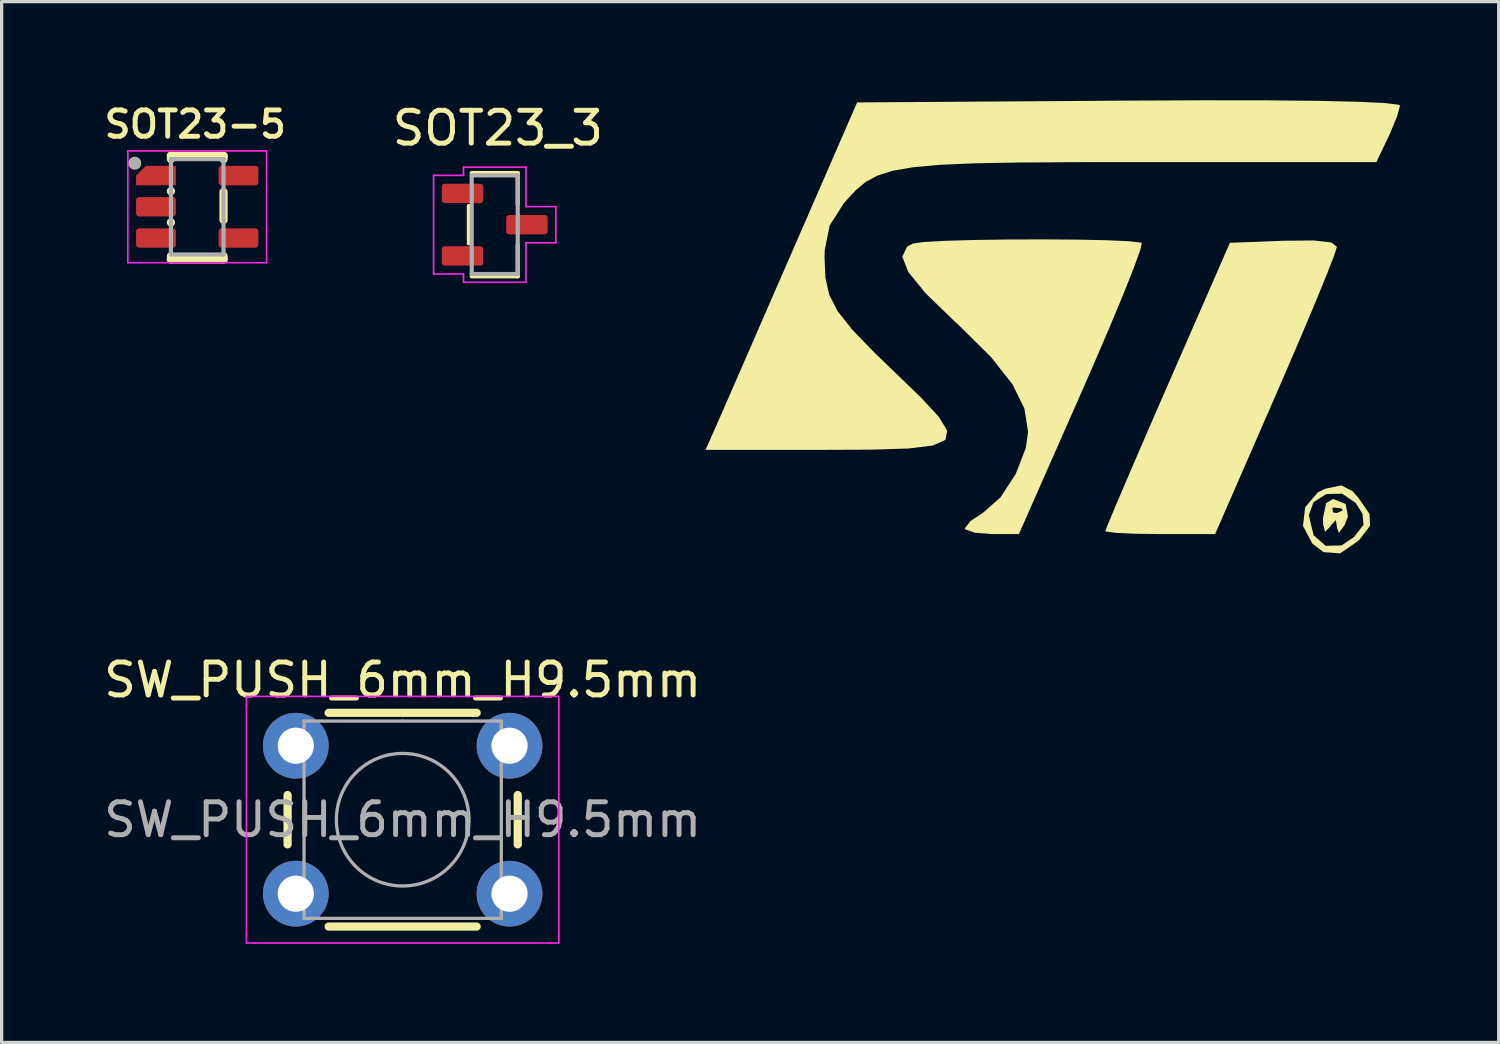
<source format=kicad_pcb>
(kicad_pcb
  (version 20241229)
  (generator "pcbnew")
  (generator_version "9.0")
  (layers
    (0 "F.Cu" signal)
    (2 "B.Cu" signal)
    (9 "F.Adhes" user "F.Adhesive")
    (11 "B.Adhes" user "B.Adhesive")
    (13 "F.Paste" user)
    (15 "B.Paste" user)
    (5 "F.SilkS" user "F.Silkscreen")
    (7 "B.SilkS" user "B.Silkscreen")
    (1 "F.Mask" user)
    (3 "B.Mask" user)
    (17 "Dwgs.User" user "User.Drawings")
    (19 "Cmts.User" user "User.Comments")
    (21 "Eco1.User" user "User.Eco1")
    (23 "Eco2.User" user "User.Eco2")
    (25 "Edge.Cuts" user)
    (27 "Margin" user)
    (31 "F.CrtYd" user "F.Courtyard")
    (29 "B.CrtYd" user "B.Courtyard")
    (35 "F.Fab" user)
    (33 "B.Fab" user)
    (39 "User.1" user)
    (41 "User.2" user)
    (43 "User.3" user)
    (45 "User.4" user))
  (footprint "SOT23-5"
    (layer "F.Cu")
    (at 2.948 3.239)
    (property "Reference" "SOT23-5" (at -0.06 -2.508 0) (layer "F.SilkS") (effects (font (size 0.8 0.8) (thickness 0.15))))
    (attr through_hole)
    (fp_line (start -0.8 -1.55) (end -0.8 -1.45) (stroke (width 0.25) (type solid)) (layer "F.SilkS"))
    (fp_line (start -0.8 -1.55) (end 0.8 -1.55) (stroke (width 0.25) (type solid)) (layer "F.SilkS"))
    (fp_line (start -0.8 -0.475) (end -0.8 -0.475) (stroke (width 0.25) (type solid)) (layer "F.SilkS"))
    (fp_line (start -0.8 0.475) (end -0.8 0.475) (stroke (width 0.25) (type solid)) (layer "F.SilkS"))
    (fp_line (start -0.8 1.6) (end -0.8 1.5) (stroke (width 0.25) (type solid)) (layer "F.SilkS"))
    (fp_line (start 0.8 -1.55) (end 0.8 -1.45) (stroke (width 0.25) (type solid)) (layer "F.SilkS"))
    (fp_line (start 0.8 -0.45) (end 0.8 0.4) (stroke (width 0.25) (type solid)) (layer "F.SilkS"))
    (fp_line (start 0.8 1.6) (end -0.8 1.6) (stroke (width 0.25) (type solid)) (layer "F.SilkS"))
    (fp_line (start 0.8 1.6) (end 0.8 1.5) (stroke (width 0.25) (type solid)) (layer "F.SilkS"))
    (fp_line (start -2.11 -1.7) (end 2.11 -1.7) (stroke (width 0.05) (type solid)) (layer "F.CrtYd"))
    (fp_line (start -2.11 1.7) (end -2.11 -1.7) (stroke (width 0.05) (type solid)) (layer "F.CrtYd"))
    (fp_line (start 2.11 -1.7) (end 2.11 1.7) (stroke (width 0.05) (type solid)) (layer "F.CrtYd"))
    (fp_line (start 2.11 1.7) (end -2.11 1.7) (stroke (width 0.05) (type solid)) (layer "F.CrtYd"))
    (fp_line (start -0.8 -1.45) (end 0.8 -1.45) (stroke (width 0.127) (type solid)) (layer "F.Fab"))
    (fp_line (start -0.8 1.45) (end -0.8 -1.45) (stroke (width 0.127) (type solid)) (layer "F.Fab"))
    (fp_line (start 0.8 -1.45) (end 0.8 1.45) (stroke (width 0.127) (type solid)) (layer "F.Fab"))
    (fp_line (start 0.8 1.45) (end -0.8 1.45) (stroke (width 0.127) (type solid)) (layer "F.Fab"))
    (fp_circle (center -1.9 -1.325) (end -1.8 -1.325) (stroke (width 0.2) (type solid)) (fill no) (layer "F.Fab"))
    (pad "1" smd roundrect (at -1.255 -0.95) (size 1.21 0.59) (layers "F.Cu" "F.Mask" "F.Paste") (roundrect_rratio 0) (chamfer_ratio 0.5) (chamfer top_left))
    (pad "2" smd roundrect (at -1.255 0) (size 1.21 0.59) (layers "F.Cu" "F.Mask" "F.Paste") (roundrect_rratio 0.15))
    (pad "3" smd roundrect (at -1.255 0.95) (size 1.21 0.59) (layers "F.Cu" "F.Mask" "F.Paste") (roundrect_rratio 0.15))
    (pad "4" smd roundrect (at 1.255 0.95) (size 1.21 0.59) (layers "F.Cu" "F.Mask" "F.Paste") (roundrect_rratio 0.15))
    (pad "5" smd roundrect (at 1.255 -0.95) (size 1.21 0.59) (layers "F.Cu" "F.Mask" "F.Paste") (roundrect_rratio 0.15)))
  (footprint "SOT23_3"
    (layer "F.Cu")
    (at 11.996 3.783)
    (property "Reference" "SOT23_3" (at 0.095 -2.935 0) (layer "F.SilkS") (effects (font (size 1 1) (thickness 0.15))))
    (attr through_hole)
    (fp_line (start -0.79 -0.57) (end -0.79 0.57) (stroke (width 0.12) (type solid)) (layer "F.SilkS"))
    (fp_line (start 0.7 -1.57) (end -0.7 -1.57) (stroke (width 0.127) (type solid)) (layer "F.SilkS"))
    (fp_line (start 0.7 -0.62) (end 0.7 -1.57) (stroke (width 0.127) (type solid)) (layer "F.SilkS"))
    (fp_line (start 0.7 0.62) (end 0.7 1.57) (stroke (width 0.127) (type solid)) (layer "F.SilkS"))
    (fp_line (start 0.7 1.57) (end -0.7 1.57) (stroke (width 0.127) (type solid)) (layer "F.SilkS"))
    (fp_line (start -1.86 -1.5) (end -1.86 1.5) (stroke (width 0.05) (type solid)) (layer "F.CrtYd"))
    (fp_line (start -0.95 -1.75) (end -0.95 -1.5) (stroke (width 0.05) (type solid)) (layer "F.CrtYd"))
    (fp_line (start -0.95 -1.5) (end -1.86 -1.5) (stroke (width 0.05) (type solid)) (layer "F.CrtYd"))
    (fp_line (start -0.95 1.5) (end -1.86 1.5) (stroke (width 0.05) (type solid)) (layer "F.CrtYd"))
    (fp_line (start -0.95 1.75) (end -0.95 1.5) (stroke (width 0.05) (type solid)) (layer "F.CrtYd"))
    (fp_line (start 0.95 -1.75) (end -0.95 -1.75) (stroke (width 0.05) (type solid)) (layer "F.CrtYd"))
    (fp_line (start 0.95 -0.55) (end 0.95 -1.75) (stroke (width 0.05) (type solid)) (layer "F.CrtYd"))
    (fp_line (start 0.95 0.55) (end 0.95 1.75) (stroke (width 0.05) (type solid)) (layer "F.CrtYd"))
    (fp_line (start 0.95 1.75) (end -0.95 1.75) (stroke (width 0.05) (type solid)) (layer "F.CrtYd"))
    (fp_line (start 1.86 -0.55) (end 0.95 -0.55) (stroke (width 0.05) (type solid)) (layer "F.CrtYd"))
    (fp_line (start 1.86 0.55) (end 0.95 0.55) (stroke (width 0.05) (type solid)) (layer "F.CrtYd"))
    (fp_line (start 1.86 0.55) (end 1.86 -0.55) (stroke (width 0.05) (type solid)) (layer "F.CrtYd"))
    (fp_line (start -0.7 -1.5) (end -0.7 1.5) (stroke (width 0.127) (type solid)) (layer "F.Fab"))
    (fp_line (start -0.7 1.5) (end 0.7 1.5) (stroke (width 0.127) (type solid)) (layer "F.Fab"))
    (fp_line (start 0.7 -1.5) (end -0.7 -1.5) (stroke (width 0.127) (type solid)) (layer "F.Fab"))
    (fp_line (start 0.7 1.5) (end 0.7 -1.5) (stroke (width 0.127) (type solid)) (layer "F.Fab"))
    (pad "1" smd roundrect (at -0.98 -0.95) (size 1.26 0.59) (layers "F.Cu" "F.Mask" "F.Paste") (roundrect_rratio 0.15))
    (pad "2" smd roundrect (at -0.98 0.95) (size 1.26 0.59) (layers "F.Cu" "F.Mask" "F.Paste") (roundrect_rratio 0.15))
    (pad "3" smd roundrect (at 0.98 0) (size 1.26 0.59) (layers "F.Cu" "F.Mask" "F.Paste") (roundrect_rratio 0.15)))
  (footprint "ST"
    (layer "F.Cu")
    (at 29.07 6.789)
    (property "Reference" "ST" (at 0 0 0) (layer "F.SilkS") (effects (font (size 1.524 1.524) (thickness 0.3))))
    (attr board_only exclude_from_pos_files exclude_from_bom)
    (fp_poly (pts (xy 8.371 -2.464) (xy 8.538 -2.332) (xy 8.456 -2.072) (xy 8.226 -1.481) (xy 7.874 -0.62) (xy 7.423 0.449) (xy 6.9 1.667) (xy 6.686 2.159) (xy 4.835 6.403) (xy 3.165 6.403) (xy 2.381 6.393) (xy 1.795 6.365) (xy 1.507 6.324) (xy 1.494 6.313) (xy 1.576 6.1) (xy 1.805 5.553) (xy 2.156 4.729) (xy 2.606 3.685) (xy 3.129 2.479) (xy 3.389 1.884) (xy 5.284 -2.455) (xy 6.911 -2.517) (xy 7.838 -2.526)) (stroke (width 0) (type solid)) (fill yes) (layer "F.SilkS"))
    (fp_poly (pts (xy 8.802 5.487) (xy 8.876 5.868) (xy 8.769 6.135) (xy 8.598 6.366) (xy 8.542 6.219) (xy 8.541 6.19) (xy 8.504 5.977) (xy 8.359 6.137) (xy 8.324 6.19) (xy 8.176 6.334) (xy 8.119 6.11) (xy 8.114 5.923) (xy 8.177 5.621) (xy 8.396 5.621) (xy 8.425 5.748) (xy 8.538 5.763) (xy 8.714 5.685) (xy 8.68 5.621) (xy 8.427 5.595) (xy 8.396 5.621) (xy 8.177 5.621) (xy 8.211 5.46) (xy 8.418 5.336)) (stroke (width 0) (type solid)) (fill yes) (layer "F.SilkS"))
    (fp_poly (pts (xy 9.014 5.1) (xy 9.2 5.311) (xy 9.531 5.793) (xy 9.546 6.151) (xy 9.244 6.55) (xy 9.178 6.617) (xy 8.635 6.991) (xy 8.133 6.952) (xy 7.794 6.697) (xy 7.507 6.157) (xy 7.545 5.831) (xy 7.684 5.831) (xy 7.83 6.439) (xy 8.197 6.761) (xy 8.684 6.747) (xy 9.056 6.495) (xy 9.346 6.124) (xy 9.317 5.784) (xy 9.105 5.452) (xy 8.698 5.176) (xy 8.219 5.184) (xy 7.827 5.433) (xy 7.684 5.831) (xy 7.545 5.831) (xy 7.573 5.587) (xy 7.955 5.137) (xy 8.187 5.024) (xy 8.671 4.922)) (stroke (width 0) (type solid)) (fill yes) (layer "F.SilkS"))
    (fp_poly (pts (xy 0.592 -2.552) (xy 1.494 -2.534) (xy 2.18 -2.505) (xy 2.56 -2.464) (xy 2.605 -2.446) (xy 2.556 -2.227) (xy 2.355 -1.674) (xy 2.025 -0.847) (xy 1.589 0.199) (xy 1.07 1.406) (xy 0.794 2.036) (xy -1.133 6.403) (xy -1.954 6.403) (xy -2.476 6.363) (xy -2.759 6.261) (xy -2.775 6.226) (xy -2.607 6.009) (xy -2.222 5.753) (xy -1.694 5.288) (xy -1.228 4.573) (xy -0.922 3.782) (xy -0.854 3.296) (xy -0.966 2.585) (xy -1.33 1.846) (xy -1.983 1.019) (xy -2.965 0.047) (xy -3.097 -0.074) (xy -3.972 -0.921) (xy -4.496 -1.567) (xy -4.679 -2.032) (xy -4.533 -2.338) (xy -4.358 -2.432) (xy -4.035 -2.478) (xy -3.392 -2.514) (xy -2.518 -2.54) (xy -1.504 -2.555) (xy -0.437 -2.559)) (stroke (width 0) (type solid)) (fill yes) (layer "F.SilkS"))
    (fp_poly (pts (xy 6.414 -6.787) (xy 7.99 -6.772) (xy 9.191 -6.744) (xy 10.003 -6.705) (xy 10.411 -6.655) (xy 10.459 -6.627) (xy 10.373 -6.313) (xy 10.162 -5.798) (xy 10.099 -5.664) (xy 9.739 -4.909) (xy 2.622 -4.909) (xy 0.556 -4.907) (xy -1.128 -4.897) (xy -2.477 -4.872) (xy -3.536 -4.827) (xy -4.351 -4.753) (xy -4.969 -4.647) (xy -5.433 -4.5) (xy -5.792 -4.306) (xy -6.089 -4.06) (xy -6.371 -3.754) (xy -6.467 -3.641) (xy -6.886 -2.985) (xy -7.038 -2.24) (xy -7.044 -1.997) (xy -7.016 -1.386) (xy -6.901 -0.872) (xy -6.647 -0.377) (xy -6.206 0.182) (xy -5.528 0.883) (xy -4.881 1.507) (xy -4.094 2.269) (xy -3.563 2.844) (xy -3.313 3.258) (xy -3.368 3.538) (xy -3.754 3.711) (xy -4.494 3.801) (xy -5.613 3.836) (xy -7.062 3.842) (xy -10.663 3.842) (xy -10.449 3.362) (xy -10.306 3.037) (xy -10.019 2.381) (xy -9.614 1.453) (xy -9.118 0.315) (xy -8.557 -0.974) (xy -8.144 -1.921) (xy -6.053 -6.724) (xy 2.203 -6.779) (xy 4.48 -6.789)) (stroke (width 0) (type solid)) (fill yes) (layer "F.SilkS")))
  (footprint "SW_PUSH_6mm_H9.5mm"
    (layer "F.Cu")
    (at 5.946 19.629)
    (property "Reference" "SW_PUSH_6mm_H9.5mm" (at 3.25 -2 0) (layer "F.SilkS") (effects (font (size 1 1) (thickness 0.15))))
    (attr through_hole)
    (fp_line (start -0.25 1.5) (end -0.25 3) (stroke (width 0.25) (type solid)) (layer "F.SilkS"))
    (fp_line (start 1 5.5) (end 5.5 5.5) (stroke (width 0.25) (type solid)) (layer "F.SilkS"))
    (fp_line (start 5.5 -1) (end 1 -1) (stroke (width 0.25) (type solid)) (layer "F.SilkS"))
    (fp_line (start 6.75 3) (end 6.75 1.5) (stroke (width 0.25) (type solid)) (layer "F.SilkS"))
    (fp_line (start -1.5 -1.5) (end -1.25 -1.5) (stroke (width 0.05) (type solid)) (layer "F.CrtYd"))
    (fp_line (start -1.5 -1.25) (end -1.5 -1.5) (stroke (width 0.05) (type solid)) (layer "F.CrtYd"))
    (fp_line (start -1.5 5.75) (end -1.5 -1.25) (stroke (width 0.05) (type solid)) (layer "F.CrtYd"))
    (fp_line (start -1.5 5.75) (end -1.5 6) (stroke (width 0.05) (type solid)) (layer "F.CrtYd"))
    (fp_line (start -1.5 6) (end -1.25 6) (stroke (width 0.05) (type solid)) (layer "F.CrtYd"))
    (fp_line (start -1.25 -1.5) (end 7.75 -1.5) (stroke (width 0.05) (type solid)) (layer "F.CrtYd"))
    (fp_line (start 7.75 -1.5) (end 8 -1.5) (stroke (width 0.05) (type solid)) (layer "F.CrtYd"))
    (fp_line (start 7.75 6) (end -1.25 6) (stroke (width 0.05) (type solid)) (layer "F.CrtYd"))
    (fp_line (start 7.75 6) (end 8 6) (stroke (width 0.05) (type solid)) (layer "F.CrtYd"))
    (fp_line (start 8 -1.5) (end 8 -1.25) (stroke (width 0.05) (type solid)) (layer "F.CrtYd"))
    (fp_line (start 8 -1.25) (end 8 5.75) (stroke (width 0.05) (type solid)) (layer "F.CrtYd"))
    (fp_line (start 8 6) (end 8 5.75) (stroke (width 0.05) (type solid)) (layer "F.CrtYd"))
    (fp_line (start 0.25 -0.75) (end 3.25 -0.75) (stroke (width 0.1) (type solid)) (layer "F.Fab"))
    (fp_line (start 0.25 5.25) (end 0.25 -0.75) (stroke (width 0.1) (type solid)) (layer "F.Fab"))
    (fp_line (start 3.25 -0.75) (end 6.25 -0.75) (stroke (width 0.1) (type solid)) (layer "F.Fab"))
    (fp_line (start 6.25 -0.75) (end 6.25 5.25) (stroke (width 0.1) (type solid)) (layer "F.Fab"))
    (fp_line (start 6.25 5.25) (end 0.25 5.25) (stroke (width 0.1) (type solid)) (layer "F.Fab"))
    (fp_circle (center 3.25 2.25) (end 1.25 2.5) (stroke (width 0.1) (type solid)) (fill no) (layer "F.Fab"))
    (fp_text user "${REFERENCE}" (at 3.25 2.25 0) (layer "F.Fab") (effects (font (size 1 1) (thickness 0.15))))
    (pad "1" thru_hole circle (at 0 0 90) (size 2 2) (drill 1.1) (layers "*.Cu" "*.Mask"))
    (pad "1" thru_hole circle (at 6.5 0 90) (size 2 2) (drill 1.1) (layers "*.Cu" "*.Mask"))
    (pad "2" thru_hole circle (at 0 4.5 90) (size 2 2) (drill 1.1) (layers "*.Cu" "*.Mask"))
    (pad "2" thru_hole circle (at 6.5 4.5 90) (size 2 2) (drill 1.1) (layers "*.Cu" "*.Mask")))
  (gr_rect
    (start -3 -3)
    (end 42.529 28.654)
    (stroke (width 0.1) (type default))
    (fill no)
    (layer "Edge.Cuts")))
</source>
